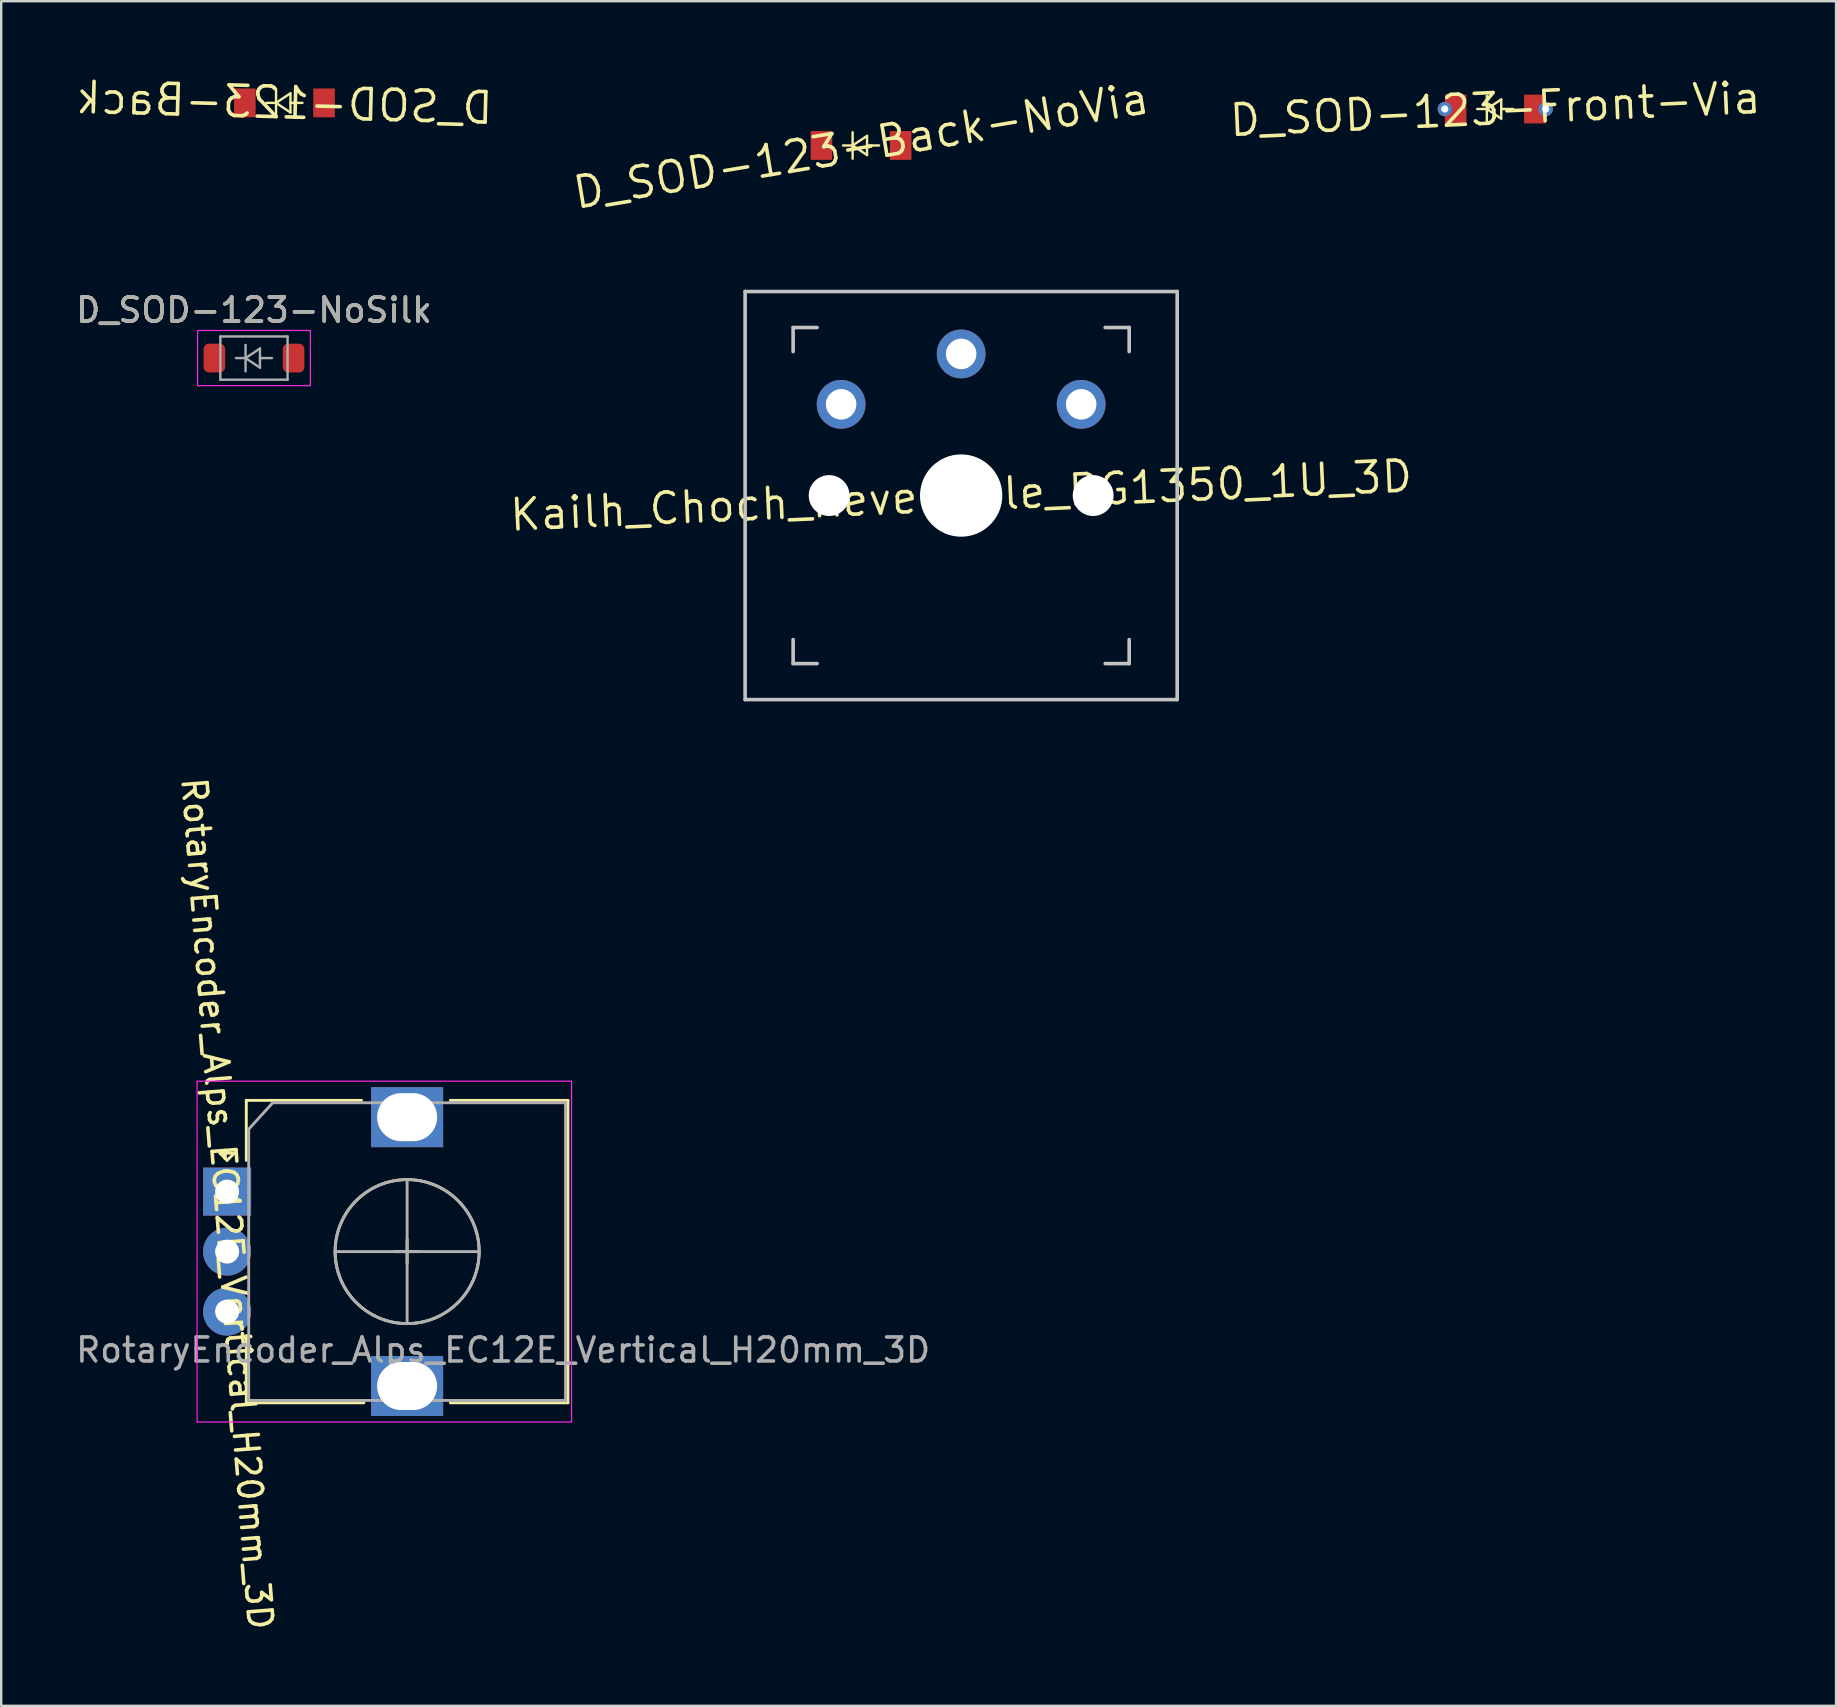
<source format=kicad_pcb>
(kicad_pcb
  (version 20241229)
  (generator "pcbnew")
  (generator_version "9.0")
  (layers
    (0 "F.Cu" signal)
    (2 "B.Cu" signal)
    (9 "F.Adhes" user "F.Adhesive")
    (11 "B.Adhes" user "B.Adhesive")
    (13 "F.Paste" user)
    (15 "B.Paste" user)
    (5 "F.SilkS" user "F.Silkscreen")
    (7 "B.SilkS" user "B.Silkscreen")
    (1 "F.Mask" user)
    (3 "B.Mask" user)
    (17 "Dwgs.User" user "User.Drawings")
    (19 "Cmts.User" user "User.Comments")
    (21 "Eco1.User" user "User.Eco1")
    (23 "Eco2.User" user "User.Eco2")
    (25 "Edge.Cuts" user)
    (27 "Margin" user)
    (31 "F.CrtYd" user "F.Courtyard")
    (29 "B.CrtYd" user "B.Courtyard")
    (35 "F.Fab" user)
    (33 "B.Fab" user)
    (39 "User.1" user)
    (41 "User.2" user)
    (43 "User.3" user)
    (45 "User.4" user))
  (footprint "D_SOD-123-Back-NoVia"
    (layer "F.Cu")
    (at 32.821 3.01)
    (property "Reference" "D_SOD-123-Back-NoVia" (at 0 0 189.5) (layer "F.SilkS") (effects (font (size 1.27 1.27) (thickness 0.15))))
    (attr exclude_from_pos_files exclude_from_bom)
    (fp_line (start -0.75 0) (end -0.35 0) (stroke (width 0.1) (type solid)) (layer "F.SilkS"))
    (fp_line (start -0.35 0) (end -0.35 -0.55) (stroke (width 0.1) (type solid)) (layer "F.SilkS"))
    (fp_line (start -0.35 0) (end -0.35 0.55) (stroke (width 0.1) (type solid)) (layer "F.SilkS"))
    (fp_line (start -0.35 0) (end 0.25 -0.4) (stroke (width 0.1) (type solid)) (layer "F.SilkS"))
    (fp_line (start 0.25 -0.4) (end 0.25 0.4) (stroke (width 0.1) (type solid)) (layer "F.SilkS"))
    (fp_line (start 0.25 0) (end 0.75 0) (stroke (width 0.1) (type solid)) (layer "F.SilkS"))
    (fp_line (start 0.25 0.4) (end -0.35 0) (stroke (width 0.1) (type solid)) (layer "F.SilkS"))
    (pad "1" smd rect (at -1.65 0) (size 0.9 1.2) (layers "F.Cu" "F.Mask" "F.Paste"))
    (pad "2" smd rect (at 1.65 0) (size 0.9 1.2) (layers "F.Cu" "F.Mask" "F.Paste")))
  (footprint "D_SOD-123-Front-Via"
    (layer "F.Cu")
    (at 59.242 1.492)
    (property "Reference" "D_SOD-123-Front-Via" (at 0 0 182.5) (layer "F.SilkS") (effects (font (size 1.27 1.27) (thickness 0.15))))
    (attr exclude_from_pos_files exclude_from_bom)
    (fp_line (start -0.75 0) (end -0.35 0) (stroke (width 0.1) (type solid)) (layer "F.SilkS"))
    (fp_line (start -0.35 0) (end -0.35 -0.55) (stroke (width 0.1) (type solid)) (layer "F.SilkS"))
    (fp_line (start -0.35 0) (end -0.35 0.55) (stroke (width 0.1) (type solid)) (layer "F.SilkS"))
    (fp_line (start -0.35 0) (end 0.25 -0.4) (stroke (width 0.1) (type solid)) (layer "F.SilkS"))
    (fp_line (start 0.25 -0.4) (end 0.25 0.4) (stroke (width 0.1) (type solid)) (layer "F.SilkS"))
    (fp_line (start 0.25 0) (end 0.75 0) (stroke (width 0.1) (type solid)) (layer "F.SilkS"))
    (fp_line (start 0.25 0.4) (end -0.35 0) (stroke (width 0.1) (type solid)) (layer "F.SilkS"))
    (pad "1" thru_hole circle (at -2.1 0 182.5) (size 0.6 0.6) (drill 0.3) (layers "*.Cu" "*.Mask"))
    (pad "1" smd rect (at -1.65 0) (size 0.9 1.2) (layers "F.Cu" "F.Mask" "F.Paste"))
    (pad "2" smd rect (at 1.65 0) (size 0.9 1.2) (layers "F.Cu" "F.Mask" "F.Paste"))
    (pad "2" thru_hole circle (at 2.1 0 182.5) (size 0.6 0.6) (drill 0.3) (layers "*.Cu" "*.Mask")))
  (footprint "D_SOD-123-NoSilk"
    (layer "F.Cu")
    (at 7.53 11.868)
    (property "Reference" "D_SOD-123-NoSilk" (at 0 -2 0) (layer "F.SilkS") (effects (font (size 1 1) (thickness 0.15))))
    (attr smd)
    (fp_line (start -2.35 -1.15) (end -2.35 1.15) (stroke (width 0.05) (type solid)) (layer "F.CrtYd"))
    (fp_line (start -2.35 -1.15) (end 2.35 -1.15) (stroke (width 0.05) (type solid)) (layer "F.CrtYd"))
    (fp_line (start 2.35 -1.15) (end 2.35 1.15) (stroke (width 0.05) (type solid)) (layer "F.CrtYd"))
    (fp_line (start 2.35 1.15) (end -2.35 1.15) (stroke (width 0.05) (type solid)) (layer "F.CrtYd"))
    (fp_line (start -1.4 -0.9) (end 1.4 -0.9) (stroke (width 0.1) (type solid)) (layer "F.Fab"))
    (fp_line (start -1.4 0.9) (end -1.4 -0.9) (stroke (width 0.1) (type solid)) (layer "F.Fab"))
    (fp_line (start -0.75 0) (end -0.35 0) (stroke (width 0.1) (type solid)) (layer "F.Fab"))
    (fp_line (start -0.35 0) (end -0.35 -0.55) (stroke (width 0.1) (type solid)) (layer "F.Fab"))
    (fp_line (start -0.35 0) (end -0.35 0.55) (stroke (width 0.1) (type solid)) (layer "F.Fab"))
    (fp_line (start -0.35 0) (end 0.25 -0.4) (stroke (width 0.1) (type solid)) (layer "F.Fab"))
    (fp_line (start 0.25 -0.4) (end 0.25 0.4) (stroke (width 0.1) (type solid)) (layer "F.Fab"))
    (fp_line (start 0.25 0) (end 0.75 0) (stroke (width 0.1) (type solid)) (layer "F.Fab"))
    (fp_line (start 0.25 0.4) (end -0.35 0) (stroke (width 0.1) (type solid)) (layer "F.Fab"))
    (fp_line (start 1.4 -0.9) (end 1.4 0.9) (stroke (width 0.1) (type solid)) (layer "F.Fab"))
    (fp_line (start 1.4 0.9) (end -1.4 0.9) (stroke (width 0.1) (type solid)) (layer "F.Fab"))
    (fp_text user "${REFERENCE}" (at 0 -2 0) (layer "F.Fab") (effects (font (size 1 1) (thickness 0.15))))
    (pad "1" smd roundrect (at -1.65 0) (size 0.9 1.2) (layers "F.Cu" "F.Mask" "F.Paste") (roundrect_rratio 0.25))
    (pad "2" smd roundrect (at 1.65 0) (size 0.9 1.2) (layers "F.Cu" "F.Mask" "F.Paste") (roundrect_rratio 0.25)))
  (footprint "RotaryEncoder_Alps_EC12E_Vertical_H20mm_3D"
    (layer "F.Cu")
    (at 6.411 46.592)
    (property "Reference" "RotaryEncoder_Alps_EC12E_Vertical_H20mm_3D" (at 0 0.5 94.5) (layer "F.SilkS") (effects (font (size 1 1) (thickness 0.15))))
    (attr through_hole)
    (fp_line (start -0.3 -1.6) (end 0.3 -1.6) (stroke (width 0.12) (type solid)) (layer "F.SilkS"))
    (fp_line (start 0 -1.3) (end -0.3 -1.6) (stroke (width 0.12) (type solid)) (layer "F.SilkS"))
    (fp_line (start 0.3 -1.6) (end 0 -1.3) (stroke (width 0.12) (type solid)) (layer "F.SilkS"))
    (fp_line (start 0.8 -3.8) (end 0.8 -1.3) (stroke (width 0.12) (type solid)) (layer "F.SilkS"))
    (fp_line (start 0.8 8.8) (end 0.8 6) (stroke (width 0.12) (type solid)) (layer "F.SilkS"))
    (fp_line (start 5.6 -3.8) (end 0.8 -3.8) (stroke (width 0.12) (type solid)) (layer "F.SilkS"))
    (fp_line (start 5.7 8.8) (end 0.8 8.8) (stroke (width 0.12) (type solid)) (layer "F.SilkS"))
    (fp_line (start 7 2.5) (end 8 2.5) (stroke (width 0.12) (type solid)) (layer "F.SilkS"))
    (fp_line (start 7.5 2) (end 7.5 3) (stroke (width 0.12) (type solid)) (layer "F.SilkS"))
    (fp_line (start 9.3 -3.8) (end 14.2 -3.8) (stroke (width 0.12) (type solid)) (layer "F.SilkS"))
    (fp_line (start 14.2 -3.8) (end 14.2 8.8) (stroke (width 0.12) (type solid)) (layer "F.SilkS"))
    (fp_line (start 14.2 8.8) (end 9.3 8.8) (stroke (width 0.12) (type solid)) (layer "F.SilkS"))
    (fp_circle (center 7.5 2.5) (end 10.5 2.5) (stroke (width 0.12) (type solid)) (fill no) (layer "F.SilkS"))
    (fp_line (start -1.25 -4.6) (end -1.25 9.6) (stroke (width 0.05) (type solid)) (layer "F.CrtYd"))
    (fp_line (start -1.25 -4.6) (end 14.35 -4.6) (stroke (width 0.05) (type solid)) (layer "F.CrtYd"))
    (fp_line (start 14.35 9.6) (end -1.25 9.6) (stroke (width 0.05) (type solid)) (layer "F.CrtYd"))
    (fp_line (start 14.35 9.6) (end 14.35 -4.6) (stroke (width 0.05) (type solid)) (layer "F.CrtYd"))
    (fp_line (start 0.9 -2.6) (end 1.9 -3.7) (stroke (width 0.12) (type solid)) (layer "F.Fab"))
    (fp_line (start 0.9 8.7) (end 0.9 -2.6) (stroke (width 0.12) (type solid)) (layer "F.Fab"))
    (fp_line (start 1.9 -3.7) (end 14.1 -3.7) (stroke (width 0.12) (type solid)) (layer "F.Fab"))
    (fp_line (start 4.5 2.5) (end 10.5 2.5) (stroke (width 0.12) (type solid)) (layer "F.Fab"))
    (fp_line (start 7.5 -0.5) (end 7.5 5.5) (stroke (width 0.12) (type solid)) (layer "F.Fab"))
    (fp_line (start 14.1 -3.7) (end 14.1 8.7) (stroke (width 0.12) (type solid)) (layer "F.Fab"))
    (fp_line (start 14.1 8.7) (end 0.9 8.7) (stroke (width 0.12) (type solid)) (layer "F.Fab"))
    (fp_circle (center 7.5 2.5) (end 10.5 2.5) (stroke (width 0.12) (type solid)) (fill no) (layer "F.Fab"))
    (fp_text user "${REFERENCE}" (at 11.5 6.6 180) (layer "F.Fab") (effects (font (size 1 1) (thickness 0.15))))
    (pad "A" thru_hole rect (at 0 0) (size 2 2) (drill 1) (layers "*.Cu" "*.Mask"))
    (pad "B" thru_hole circle (at 0 5) (size 2 2) (drill 1) (layers "*.Cu" "*.Mask"))
    (pad "C" thru_hole circle (at 0 2.5) (size 2 2) (drill 1) (layers "*.Cu" "*.Mask"))
    (pad "MP" thru_hole rect (at 7.5 -3.1) (size 3 2.5) (drill oval 2.5 2) (layers "*.Cu" "*.Mask"))
    (pad "MP" thru_hole rect (at 7.5 8.1) (size 3 2.5) (drill oval 2.5 2) (layers "*.Cu" "*.Mask")))
  (footprint "Kailh_Choch_Reversible_PG1350_1U_3D"
    (layer "F.Cu")
    (at 36.992 17.595)
    (property "Reference" "Kailh_Choch_Reversible_PG1350_1U_3D" (at 0 0 2.5) (layer "F.SilkS") (effects (font (size 1.27 1.27) (thickness 0.15))))
    (attr through_hole)
    (fp_line (start -9 -8.5) (end 9 -8.5) (stroke (width 0.15) (type solid)) (layer "Dwgs.User"))
    (fp_line (start -9 8.5) (end -9 -8.5) (stroke (width 0.15) (type solid)) (layer "Dwgs.User"))
    (fp_line (start -7 -6) (end -7 -7) (stroke (width 0.15) (type solid)) (layer "Dwgs.User"))
    (fp_line (start -7 7) (end -7 6) (stroke (width 0.15) (type solid)) (layer "Dwgs.User"))
    (fp_line (start -7 7) (end -6 7) (stroke (width 0.15) (type solid)) (layer "Dwgs.User"))
    (fp_line (start -6 -7) (end -7 -7) (stroke (width 0.15) (type solid)) (layer "Dwgs.User"))
    (fp_line (start 6 7) (end 7 7) (stroke (width 0.15) (type solid)) (layer "Dwgs.User"))
    (fp_line (start 7 -7) (end 6 -7) (stroke (width 0.15) (type solid)) (layer "Dwgs.User"))
    (fp_line (start 7 -7) (end 7 -6) (stroke (width 0.15) (type solid)) (layer "Dwgs.User"))
    (fp_line (start 7 6) (end 7 7) (stroke (width 0.15) (type solid)) (layer "Dwgs.User"))
    (fp_line (start 9 -8.5) (end 9 8.5) (stroke (width 0.15) (type solid)) (layer "Dwgs.User"))
    (fp_line (start 9 8.5) (end -9 8.5) (stroke (width 0.15) (type solid)) (layer "Dwgs.User"))
    (pad "" np_thru_hole circle (at -5.5 0 2.5) (size 1.702 1.702) (drill 1.702) (layers "*.Cu" "*.Mask"))
    (pad "" np_thru_hole circle (at 0 0 2.5) (size 3.429 3.429) (drill 3.429) (layers "*.Cu" "*.Mask"))
    (pad "" np_thru_hole circle (at 5.5 0 2.5) (size 1.702 1.702) (drill 1.702) (layers "*.Cu" "*.Mask"))
    (pad "1" thru_hole circle (at -5 -3.8 2.5) (size 2.032 2.032) (drill 1.27) (layers "*.Cu" "*.Mask"))
    (pad "1" thru_hole circle (at 5 -3.8 2.5) (size 2.032 2.032) (drill 1.27) (layers "*.Cu" "*.Mask"))
    (pad "2" thru_hole circle (at 0 -5.9 2.5) (size 2.032 2.032) (drill 1.27) (layers "*.Cu" "*.Mask")))
  (footprint "D_SOD-123-Back"
    (layer "F.Cu")
    (at 8.8 1.236)
    (property "Reference" "D_SOD-123-Back" (at 0 0 178.5) (layer "F.SilkS") (effects (font (size 1.27 1.27) (thickness 0.15)) (justify mirror)))
    (attr exclude_from_pos_files exclude_from_bom)
    (fp_line (start -0.75 0) (end -0.35 0) (stroke (width 0.1) (type solid)) (layer "F.SilkS"))
    (fp_line (start -0.35 0) (end -0.35 -0.55) (stroke (width 0.1) (type solid)) (layer "F.SilkS"))
    (fp_line (start -0.35 0) (end -0.35 0.55) (stroke (width 0.1) (type solid)) (layer "F.SilkS"))
    (fp_line (start -0.35 0) (end 0.25 0.4) (stroke (width 0.1) (type solid)) (layer "F.SilkS"))
    (fp_line (start 0.25 -0.4) (end -0.35 0) (stroke (width 0.1) (type solid)) (layer "F.SilkS"))
    (fp_line (start 0.25 0) (end 0.75 0) (stroke (width 0.1) (type solid)) (layer "F.SilkS"))
    (fp_line (start 0.25 0.4) (end 0.25 -0.4) (stroke (width 0.1) (type solid)) (layer "F.SilkS"))
    (pad "1" smd rect (at -1.65 0) (size 0.9 1.2) (layers "F.Cu" "F.Mask" "F.Paste"))
    (pad "2" smd rect (at 1.65 0) (size 0.9 1.2) (layers "F.Cu" "F.Mask" "F.Paste")))
  (gr_rect
    (start -3 -3)
    (end 73.44 68.014)
    (stroke (width 0.1) (type default))
    (fill no)
    (layer "Edge.Cuts")))
</source>
